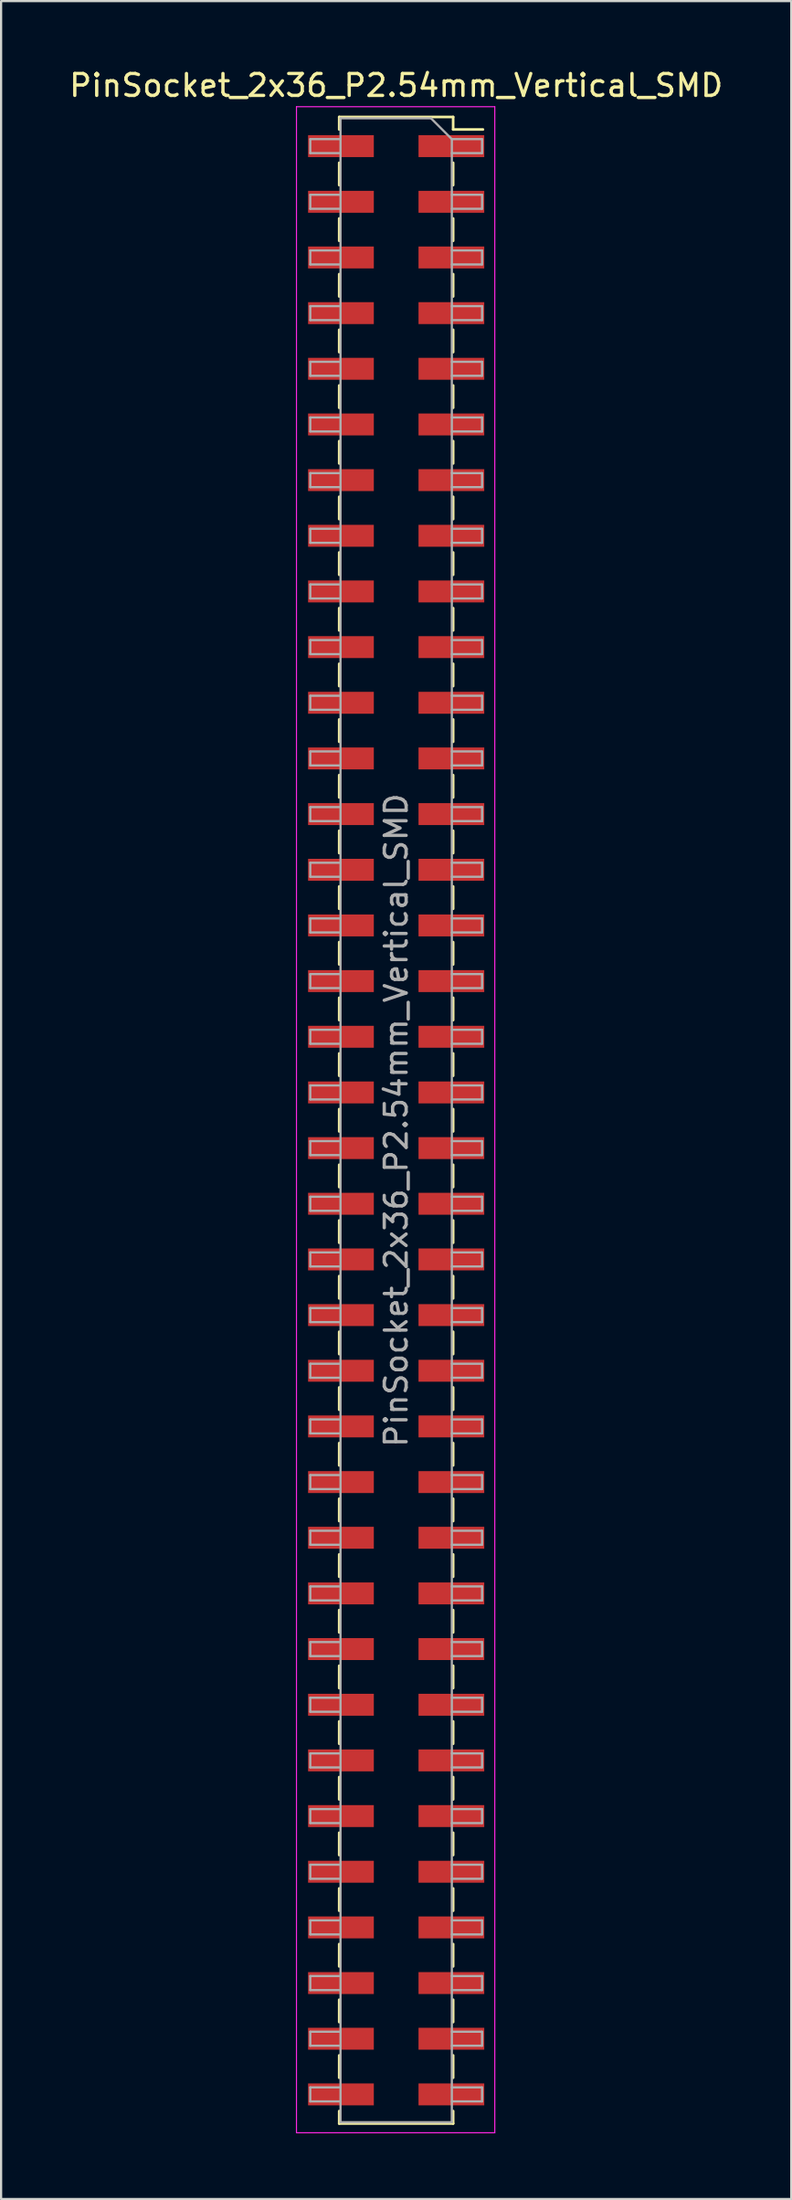
<source format=kicad_pcb>
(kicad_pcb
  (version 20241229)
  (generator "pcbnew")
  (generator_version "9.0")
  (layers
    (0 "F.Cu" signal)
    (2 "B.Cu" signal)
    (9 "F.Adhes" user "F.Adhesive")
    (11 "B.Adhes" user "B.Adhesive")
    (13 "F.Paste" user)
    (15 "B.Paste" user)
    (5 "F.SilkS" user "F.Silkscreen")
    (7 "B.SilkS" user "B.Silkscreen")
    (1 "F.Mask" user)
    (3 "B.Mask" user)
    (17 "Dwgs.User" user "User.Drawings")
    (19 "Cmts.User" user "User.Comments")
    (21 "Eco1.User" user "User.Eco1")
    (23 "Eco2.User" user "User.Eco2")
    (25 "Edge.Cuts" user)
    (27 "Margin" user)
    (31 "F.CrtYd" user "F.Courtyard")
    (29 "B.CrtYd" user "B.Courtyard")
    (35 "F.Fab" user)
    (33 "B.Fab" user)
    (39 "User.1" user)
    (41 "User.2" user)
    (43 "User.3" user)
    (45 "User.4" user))
  (footprint "PinSocket_2x36_P2.54mm_Vertical_SMD"
    (layer "F.Cu")
    (at 15.03 48.068)
    (property "Reference" "PinSocket_2x36_P2.54mm_Vertical_SMD" (at 0 -47.22 0) (layer "F.SilkS") (effects (font (size 1 1) (thickness 0.15))))
    (attr smd)
    (fp_line (start -2.6 -45.78) (end -2.6 -45.21) (stroke (width 0.12) (type solid)) (layer "F.SilkS"))
    (fp_line (start -2.6 -45.78) (end 2.6 -45.78) (stroke (width 0.12) (type solid)) (layer "F.SilkS"))
    (fp_line (start -2.6 -43.69) (end -2.6 -42.67) (stroke (width 0.12) (type solid)) (layer "F.SilkS"))
    (fp_line (start -2.6 -41.15) (end -2.6 -40.13) (stroke (width 0.12) (type solid)) (layer "F.SilkS"))
    (fp_line (start -2.6 -38.61) (end -2.6 -37.59) (stroke (width 0.12) (type solid)) (layer "F.SilkS"))
    (fp_line (start -2.6 -36.07) (end -2.6 -35.05) (stroke (width 0.12) (type solid)) (layer "F.SilkS"))
    (fp_line (start -2.6 -33.53) (end -2.6 -32.51) (stroke (width 0.12) (type solid)) (layer "F.SilkS"))
    (fp_line (start -2.6 -30.99) (end -2.6 -29.97) (stroke (width 0.12) (type solid)) (layer "F.SilkS"))
    (fp_line (start -2.6 -28.45) (end -2.6 -27.43) (stroke (width 0.12) (type solid)) (layer "F.SilkS"))
    (fp_line (start -2.6 -25.91) (end -2.6 -24.89) (stroke (width 0.12) (type solid)) (layer "F.SilkS"))
    (fp_line (start -2.6 -23.37) (end -2.6 -22.35) (stroke (width 0.12) (type solid)) (layer "F.SilkS"))
    (fp_line (start -2.6 -20.83) (end -2.6 -19.81) (stroke (width 0.12) (type solid)) (layer "F.SilkS"))
    (fp_line (start -2.6 -18.29) (end -2.6 -17.27) (stroke (width 0.12) (type solid)) (layer "F.SilkS"))
    (fp_line (start -2.6 -15.75) (end -2.6 -14.73) (stroke (width 0.12) (type solid)) (layer "F.SilkS"))
    (fp_line (start -2.6 -13.21) (end -2.6 -12.19) (stroke (width 0.12) (type solid)) (layer "F.SilkS"))
    (fp_line (start -2.6 -10.67) (end -2.6 -9.65) (stroke (width 0.12) (type solid)) (layer "F.SilkS"))
    (fp_line (start -2.6 -8.13) (end -2.6 -7.11) (stroke (width 0.12) (type solid)) (layer "F.SilkS"))
    (fp_line (start -2.6 -5.59) (end -2.6 -4.57) (stroke (width 0.12) (type solid)) (layer "F.SilkS"))
    (fp_line (start -2.6 -3.05) (end -2.6 -2.03) (stroke (width 0.12) (type solid)) (layer "F.SilkS"))
    (fp_line (start -2.6 -0.51) (end -2.6 0.51) (stroke (width 0.12) (type solid)) (layer "F.SilkS"))
    (fp_line (start -2.6 2.03) (end -2.6 3.05) (stroke (width 0.12) (type solid)) (layer "F.SilkS"))
    (fp_line (start -2.6 4.57) (end -2.6 5.59) (stroke (width 0.12) (type solid)) (layer "F.SilkS"))
    (fp_line (start -2.6 7.11) (end -2.6 8.13) (stroke (width 0.12) (type solid)) (layer "F.SilkS"))
    (fp_line (start -2.6 9.65) (end -2.6 10.67) (stroke (width 0.12) (type solid)) (layer "F.SilkS"))
    (fp_line (start -2.6 12.19) (end -2.6 13.21) (stroke (width 0.12) (type solid)) (layer "F.SilkS"))
    (fp_line (start -2.6 14.73) (end -2.6 15.75) (stroke (width 0.12) (type solid)) (layer "F.SilkS"))
    (fp_line (start -2.6 17.27) (end -2.6 18.29) (stroke (width 0.12) (type solid)) (layer "F.SilkS"))
    (fp_line (start -2.6 19.81) (end -2.6 20.83) (stroke (width 0.12) (type solid)) (layer "F.SilkS"))
    (fp_line (start -2.6 22.35) (end -2.6 23.37) (stroke (width 0.12) (type solid)) (layer "F.SilkS"))
    (fp_line (start -2.6 24.89) (end -2.6 25.91) (stroke (width 0.12) (type solid)) (layer "F.SilkS"))
    (fp_line (start -2.6 27.43) (end -2.6 28.45) (stroke (width 0.12) (type solid)) (layer "F.SilkS"))
    (fp_line (start -2.6 29.97) (end -2.6 30.99) (stroke (width 0.12) (type solid)) (layer "F.SilkS"))
    (fp_line (start -2.6 32.51) (end -2.6 33.53) (stroke (width 0.12) (type solid)) (layer "F.SilkS"))
    (fp_line (start -2.6 35.05) (end -2.6 36.07) (stroke (width 0.12) (type solid)) (layer "F.SilkS"))
    (fp_line (start -2.6 37.59) (end -2.6 38.61) (stroke (width 0.12) (type solid)) (layer "F.SilkS"))
    (fp_line (start -2.6 40.13) (end -2.6 41.15) (stroke (width 0.12) (type solid)) (layer "F.SilkS"))
    (fp_line (start -2.6 42.67) (end -2.6 43.69) (stroke (width 0.12) (type solid)) (layer "F.SilkS"))
    (fp_line (start -2.6 45.21) (end -2.6 45.78) (stroke (width 0.12) (type solid)) (layer "F.SilkS"))
    (fp_line (start -2.6 45.78) (end 2.6 45.78) (stroke (width 0.12) (type solid)) (layer "F.SilkS"))
    (fp_line (start 2.6 -45.78) (end 2.6 -45.21) (stroke (width 0.12) (type solid)) (layer "F.SilkS"))
    (fp_line (start 2.6 -45.21) (end 3.96 -45.21) (stroke (width 0.12) (type solid)) (layer "F.SilkS"))
    (fp_line (start 2.6 -43.69) (end 2.6 -42.67) (stroke (width 0.12) (type solid)) (layer "F.SilkS"))
    (fp_line (start 2.6 -41.15) (end 2.6 -40.13) (stroke (width 0.12) (type solid)) (layer "F.SilkS"))
    (fp_line (start 2.6 -38.61) (end 2.6 -37.59) (stroke (width 0.12) (type solid)) (layer "F.SilkS"))
    (fp_line (start 2.6 -36.07) (end 2.6 -35.05) (stroke (width 0.12) (type solid)) (layer "F.SilkS"))
    (fp_line (start 2.6 -33.53) (end 2.6 -32.51) (stroke (width 0.12) (type solid)) (layer "F.SilkS"))
    (fp_line (start 2.6 -30.99) (end 2.6 -29.97) (stroke (width 0.12) (type solid)) (layer "F.SilkS"))
    (fp_line (start 2.6 -28.45) (end 2.6 -27.43) (stroke (width 0.12) (type solid)) (layer "F.SilkS"))
    (fp_line (start 2.6 -25.91) (end 2.6 -24.89) (stroke (width 0.12) (type solid)) (layer "F.SilkS"))
    (fp_line (start 2.6 -23.37) (end 2.6 -22.35) (stroke (width 0.12) (type solid)) (layer "F.SilkS"))
    (fp_line (start 2.6 -20.83) (end 2.6 -19.81) (stroke (width 0.12) (type solid)) (layer "F.SilkS"))
    (fp_line (start 2.6 -18.29) (end 2.6 -17.27) (stroke (width 0.12) (type solid)) (layer "F.SilkS"))
    (fp_line (start 2.6 -15.75) (end 2.6 -14.73) (stroke (width 0.12) (type solid)) (layer "F.SilkS"))
    (fp_line (start 2.6 -13.21) (end 2.6 -12.19) (stroke (width 0.12) (type solid)) (layer "F.SilkS"))
    (fp_line (start 2.6 -10.67) (end 2.6 -9.65) (stroke (width 0.12) (type solid)) (layer "F.SilkS"))
    (fp_line (start 2.6 -8.13) (end 2.6 -7.11) (stroke (width 0.12) (type solid)) (layer "F.SilkS"))
    (fp_line (start 2.6 -5.59) (end 2.6 -4.57) (stroke (width 0.12) (type solid)) (layer "F.SilkS"))
    (fp_line (start 2.6 -3.05) (end 2.6 -2.03) (stroke (width 0.12) (type solid)) (layer "F.SilkS"))
    (fp_line (start 2.6 -0.51) (end 2.6 0.51) (stroke (width 0.12) (type solid)) (layer "F.SilkS"))
    (fp_line (start 2.6 2.03) (end 2.6 3.05) (stroke (width 0.12) (type solid)) (layer "F.SilkS"))
    (fp_line (start 2.6 4.57) (end 2.6 5.59) (stroke (width 0.12) (type solid)) (layer "F.SilkS"))
    (fp_line (start 2.6 7.11) (end 2.6 8.13) (stroke (width 0.12) (type solid)) (layer "F.SilkS"))
    (fp_line (start 2.6 9.65) (end 2.6 10.67) (stroke (width 0.12) (type solid)) (layer "F.SilkS"))
    (fp_line (start 2.6 12.19) (end 2.6 13.21) (stroke (width 0.12) (type solid)) (layer "F.SilkS"))
    (fp_line (start 2.6 14.73) (end 2.6 15.75) (stroke (width 0.12) (type solid)) (layer "F.SilkS"))
    (fp_line (start 2.6 17.27) (end 2.6 18.29) (stroke (width 0.12) (type solid)) (layer "F.SilkS"))
    (fp_line (start 2.6 19.81) (end 2.6 20.83) (stroke (width 0.12) (type solid)) (layer "F.SilkS"))
    (fp_line (start 2.6 22.35) (end 2.6 23.37) (stroke (width 0.12) (type solid)) (layer "F.SilkS"))
    (fp_line (start 2.6 24.89) (end 2.6 25.91) (stroke (width 0.12) (type solid)) (layer "F.SilkS"))
    (fp_line (start 2.6 27.43) (end 2.6 28.45) (stroke (width 0.12) (type solid)) (layer "F.SilkS"))
    (fp_line (start 2.6 29.97) (end 2.6 30.99) (stroke (width 0.12) (type solid)) (layer "F.SilkS"))
    (fp_line (start 2.6 32.51) (end 2.6 33.53) (stroke (width 0.12) (type solid)) (layer "F.SilkS"))
    (fp_line (start 2.6 35.05) (end 2.6 36.07) (stroke (width 0.12) (type solid)) (layer "F.SilkS"))
    (fp_line (start 2.6 37.59) (end 2.6 38.61) (stroke (width 0.12) (type solid)) (layer "F.SilkS"))
    (fp_line (start 2.6 40.13) (end 2.6 41.15) (stroke (width 0.12) (type solid)) (layer "F.SilkS"))
    (fp_line (start 2.6 42.67) (end 2.6 43.69) (stroke (width 0.12) (type solid)) (layer "F.SilkS"))
    (fp_line (start 2.6 45.21) (end 2.6 45.78) (stroke (width 0.12) (type solid)) (layer "F.SilkS"))
    (fp_line (start -4.55 -46.25) (end 4.5 -46.25) (stroke (width 0.05) (type solid)) (layer "F.CrtYd"))
    (fp_line (start -4.55 46.2) (end -4.55 -46.25) (stroke (width 0.05) (type solid)) (layer "F.CrtYd"))
    (fp_line (start 4.5 -46.25) (end 4.5 46.2) (stroke (width 0.05) (type solid)) (layer "F.CrtYd"))
    (fp_line (start 4.5 46.2) (end -4.55 46.2) (stroke (width 0.05) (type solid)) (layer "F.CrtYd"))
    (fp_line (start -3.92 -44.77) (end -2.54 -44.77) (stroke (width 0.1) (type solid)) (layer "F.Fab"))
    (fp_line (start -3.92 -44.13) (end -3.92 -44.77) (stroke (width 0.1) (type solid)) (layer "F.Fab"))
    (fp_line (start -3.92 -42.23) (end -2.54 -42.23) (stroke (width 0.1) (type solid)) (layer "F.Fab"))
    (fp_line (start -3.92 -41.59) (end -3.92 -42.23) (stroke (width 0.1) (type solid)) (layer "F.Fab"))
    (fp_line (start -3.92 -39.69) (end -2.54 -39.69) (stroke (width 0.1) (type solid)) (layer "F.Fab"))
    (fp_line (start -3.92 -39.05) (end -3.92 -39.69) (stroke (width 0.1) (type solid)) (layer "F.Fab"))
    (fp_line (start -3.92 -37.15) (end -2.54 -37.15) (stroke (width 0.1) (type solid)) (layer "F.Fab"))
    (fp_line (start -3.92 -36.51) (end -3.92 -37.15) (stroke (width 0.1) (type solid)) (layer "F.Fab"))
    (fp_line (start -3.92 -34.61) (end -2.54 -34.61) (stroke (width 0.1) (type solid)) (layer "F.Fab"))
    (fp_line (start -3.92 -33.97) (end -3.92 -34.61) (stroke (width 0.1) (type solid)) (layer "F.Fab"))
    (fp_line (start -3.92 -32.07) (end -2.54 -32.07) (stroke (width 0.1) (type solid)) (layer "F.Fab"))
    (fp_line (start -3.92 -31.43) (end -3.92 -32.07) (stroke (width 0.1) (type solid)) (layer "F.Fab"))
    (fp_line (start -3.92 -29.53) (end -2.54 -29.53) (stroke (width 0.1) (type solid)) (layer "F.Fab"))
    (fp_line (start -3.92 -28.89) (end -3.92 -29.53) (stroke (width 0.1) (type solid)) (layer "F.Fab"))
    (fp_line (start -3.92 -26.99) (end -2.54 -26.99) (stroke (width 0.1) (type solid)) (layer "F.Fab"))
    (fp_line (start -3.92 -26.35) (end -3.92 -26.99) (stroke (width 0.1) (type solid)) (layer "F.Fab"))
    (fp_line (start -3.92 -24.45) (end -2.54 -24.45) (stroke (width 0.1) (type solid)) (layer "F.Fab"))
    (fp_line (start -3.92 -23.81) (end -3.92 -24.45) (stroke (width 0.1) (type solid)) (layer "F.Fab"))
    (fp_line (start -3.92 -21.91) (end -2.54 -21.91) (stroke (width 0.1) (type solid)) (layer "F.Fab"))
    (fp_line (start -3.92 -21.27) (end -3.92 -21.91) (stroke (width 0.1) (type solid)) (layer "F.Fab"))
    (fp_line (start -3.92 -19.37) (end -2.54 -19.37) (stroke (width 0.1) (type solid)) (layer "F.Fab"))
    (fp_line (start -3.92 -18.73) (end -3.92 -19.37) (stroke (width 0.1) (type solid)) (layer "F.Fab"))
    (fp_line (start -3.92 -16.83) (end -2.54 -16.83) (stroke (width 0.1) (type solid)) (layer "F.Fab"))
    (fp_line (start -3.92 -16.19) (end -3.92 -16.83) (stroke (width 0.1) (type solid)) (layer "F.Fab"))
    (fp_line (start -3.92 -14.29) (end -2.54 -14.29) (stroke (width 0.1) (type solid)) (layer "F.Fab"))
    (fp_line (start -3.92 -13.65) (end -3.92 -14.29) (stroke (width 0.1) (type solid)) (layer "F.Fab"))
    (fp_line (start -3.92 -11.75) (end -2.54 -11.75) (stroke (width 0.1) (type solid)) (layer "F.Fab"))
    (fp_line (start -3.92 -11.11) (end -3.92 -11.75) (stroke (width 0.1) (type solid)) (layer "F.Fab"))
    (fp_line (start -3.92 -9.21) (end -2.54 -9.21) (stroke (width 0.1) (type solid)) (layer "F.Fab"))
    (fp_line (start -3.92 -8.57) (end -3.92 -9.21) (stroke (width 0.1) (type solid)) (layer "F.Fab"))
    (fp_line (start -3.92 -6.67) (end -2.54 -6.67) (stroke (width 0.1) (type solid)) (layer "F.Fab"))
    (fp_line (start -3.92 -6.03) (end -3.92 -6.67) (stroke (width 0.1) (type solid)) (layer "F.Fab"))
    (fp_line (start -3.92 -4.13) (end -2.54 -4.13) (stroke (width 0.1) (type solid)) (layer "F.Fab"))
    (fp_line (start -3.92 -3.49) (end -3.92 -4.13) (stroke (width 0.1) (type solid)) (layer "F.Fab"))
    (fp_line (start -3.92 -1.59) (end -2.54 -1.59) (stroke (width 0.1) (type solid)) (layer "F.Fab"))
    (fp_line (start -3.92 -0.95) (end -3.92 -1.59) (stroke (width 0.1) (type solid)) (layer "F.Fab"))
    (fp_line (start -3.92 0.95) (end -2.54 0.95) (stroke (width 0.1) (type solid)) (layer "F.Fab"))
    (fp_line (start -3.92 1.59) (end -3.92 0.95) (stroke (width 0.1) (type solid)) (layer "F.Fab"))
    (fp_line (start -3.92 3.49) (end -2.54 3.49) (stroke (width 0.1) (type solid)) (layer "F.Fab"))
    (fp_line (start -3.92 4.13) (end -3.92 3.49) (stroke (width 0.1) (type solid)) (layer "F.Fab"))
    (fp_line (start -3.92 6.03) (end -2.54 6.03) (stroke (width 0.1) (type solid)) (layer "F.Fab"))
    (fp_line (start -3.92 6.67) (end -3.92 6.03) (stroke (width 0.1) (type solid)) (layer "F.Fab"))
    (fp_line (start -3.92 8.57) (end -2.54 8.57) (stroke (width 0.1) (type solid)) (layer "F.Fab"))
    (fp_line (start -3.92 9.21) (end -3.92 8.57) (stroke (width 0.1) (type solid)) (layer "F.Fab"))
    (fp_line (start -3.92 11.11) (end -2.54 11.11) (stroke (width 0.1) (type solid)) (layer "F.Fab"))
    (fp_line (start -3.92 11.75) (end -3.92 11.11) (stroke (width 0.1) (type solid)) (layer "F.Fab"))
    (fp_line (start -3.92 13.65) (end -2.54 13.65) (stroke (width 0.1) (type solid)) (layer "F.Fab"))
    (fp_line (start -3.92 14.29) (end -3.92 13.65) (stroke (width 0.1) (type solid)) (layer "F.Fab"))
    (fp_line (start -3.92 16.19) (end -2.54 16.19) (stroke (width 0.1) (type solid)) (layer "F.Fab"))
    (fp_line (start -3.92 16.83) (end -3.92 16.19) (stroke (width 0.1) (type solid)) (layer "F.Fab"))
    (fp_line (start -3.92 18.73) (end -2.54 18.73) (stroke (width 0.1) (type solid)) (layer "F.Fab"))
    (fp_line (start -3.92 19.37) (end -3.92 18.73) (stroke (width 0.1) (type solid)) (layer "F.Fab"))
    (fp_line (start -3.92 21.27) (end -2.54 21.27) (stroke (width 0.1) (type solid)) (layer "F.Fab"))
    (fp_line (start -3.92 21.91) (end -3.92 21.27) (stroke (width 0.1) (type solid)) (layer "F.Fab"))
    (fp_line (start -3.92 23.81) (end -2.54 23.81) (stroke (width 0.1) (type solid)) (layer "F.Fab"))
    (fp_line (start -3.92 24.45) (end -3.92 23.81) (stroke (width 0.1) (type solid)) (layer "F.Fab"))
    (fp_line (start -3.92 26.35) (end -2.54 26.35) (stroke (width 0.1) (type solid)) (layer "F.Fab"))
    (fp_line (start -3.92 26.99) (end -3.92 26.35) (stroke (width 0.1) (type solid)) (layer "F.Fab"))
    (fp_line (start -3.92 28.89) (end -2.54 28.89) (stroke (width 0.1) (type solid)) (layer "F.Fab"))
    (fp_line (start -3.92 29.53) (end -3.92 28.89) (stroke (width 0.1) (type solid)) (layer "F.Fab"))
    (fp_line (start -3.92 31.43) (end -2.54 31.43) (stroke (width 0.1) (type solid)) (layer "F.Fab"))
    (fp_line (start -3.92 32.07) (end -3.92 31.43) (stroke (width 0.1) (type solid)) (layer "F.Fab"))
    (fp_line (start -3.92 33.97) (end -2.54 33.97) (stroke (width 0.1) (type solid)) (layer "F.Fab"))
    (fp_line (start -3.92 34.61) (end -3.92 33.97) (stroke (width 0.1) (type solid)) (layer "F.Fab"))
    (fp_line (start -3.92 36.51) (end -2.54 36.51) (stroke (width 0.1) (type solid)) (layer "F.Fab"))
    (fp_line (start -3.92 37.15) (end -3.92 36.51) (stroke (width 0.1) (type solid)) (layer "F.Fab"))
    (fp_line (start -3.92 39.05) (end -2.54 39.05) (stroke (width 0.1) (type solid)) (layer "F.Fab"))
    (fp_line (start -3.92 39.69) (end -3.92 39.05) (stroke (width 0.1) (type solid)) (layer "F.Fab"))
    (fp_line (start -3.92 41.59) (end -2.54 41.59) (stroke (width 0.1) (type solid)) (layer "F.Fab"))
    (fp_line (start -3.92 42.23) (end -3.92 41.59) (stroke (width 0.1) (type solid)) (layer "F.Fab"))
    (fp_line (start -3.92 44.13) (end -2.54 44.13) (stroke (width 0.1) (type solid)) (layer "F.Fab"))
    (fp_line (start -3.92 44.77) (end -3.92 44.13) (stroke (width 0.1) (type solid)) (layer "F.Fab"))
    (fp_line (start -2.54 -45.72) (end 1.59 -45.72) (stroke (width 0.1) (type solid)) (layer "F.Fab"))
    (fp_line (start -2.54 -44.13) (end -3.92 -44.13) (stroke (width 0.1) (type solid)) (layer "F.Fab"))
    (fp_line (start -2.54 -41.59) (end -3.92 -41.59) (stroke (width 0.1) (type solid)) (layer "F.Fab"))
    (fp_line (start -2.54 -39.05) (end -3.92 -39.05) (stroke (width 0.1) (type solid)) (layer "F.Fab"))
    (fp_line (start -2.54 -36.51) (end -3.92 -36.51) (stroke (width 0.1) (type solid)) (layer "F.Fab"))
    (fp_line (start -2.54 -33.97) (end -3.92 -33.97) (stroke (width 0.1) (type solid)) (layer "F.Fab"))
    (fp_line (start -2.54 -31.43) (end -3.92 -31.43) (stroke (width 0.1) (type solid)) (layer "F.Fab"))
    (fp_line (start -2.54 -28.89) (end -3.92 -28.89) (stroke (width 0.1) (type solid)) (layer "F.Fab"))
    (fp_line (start -2.54 -26.35) (end -3.92 -26.35) (stroke (width 0.1) (type solid)) (layer "F.Fab"))
    (fp_line (start -2.54 -23.81) (end -3.92 -23.81) (stroke (width 0.1) (type solid)) (layer "F.Fab"))
    (fp_line (start -2.54 -21.27) (end -3.92 -21.27) (stroke (width 0.1) (type solid)) (layer "F.Fab"))
    (fp_line (start -2.54 -18.73) (end -3.92 -18.73) (stroke (width 0.1) (type solid)) (layer "F.Fab"))
    (fp_line (start -2.54 -16.19) (end -3.92 -16.19) (stroke (width 0.1) (type solid)) (layer "F.Fab"))
    (fp_line (start -2.54 -13.65) (end -3.92 -13.65) (stroke (width 0.1) (type solid)) (layer "F.Fab"))
    (fp_line (start -2.54 -11.11) (end -3.92 -11.11) (stroke (width 0.1) (type solid)) (layer "F.Fab"))
    (fp_line (start -2.54 -8.57) (end -3.92 -8.57) (stroke (width 0.1) (type solid)) (layer "F.Fab"))
    (fp_line (start -2.54 -6.03) (end -3.92 -6.03) (stroke (width 0.1) (type solid)) (layer "F.Fab"))
    (fp_line (start -2.54 -3.49) (end -3.92 -3.49) (stroke (width 0.1) (type solid)) (layer "F.Fab"))
    (fp_line (start -2.54 -0.95) (end -3.92 -0.95) (stroke (width 0.1) (type solid)) (layer "F.Fab"))
    (fp_line (start -2.54 1.59) (end -3.92 1.59) (stroke (width 0.1) (type solid)) (layer "F.Fab"))
    (fp_line (start -2.54 4.13) (end -3.92 4.13) (stroke (width 0.1) (type solid)) (layer "F.Fab"))
    (fp_line (start -2.54 6.67) (end -3.92 6.67) (stroke (width 0.1) (type solid)) (layer "F.Fab"))
    (fp_line (start -2.54 9.21) (end -3.92 9.21) (stroke (width 0.1) (type solid)) (layer "F.Fab"))
    (fp_line (start -2.54 11.75) (end -3.92 11.75) (stroke (width 0.1) (type solid)) (layer "F.Fab"))
    (fp_line (start -2.54 14.29) (end -3.92 14.29) (stroke (width 0.1) (type solid)) (layer "F.Fab"))
    (fp_line (start -2.54 16.83) (end -3.92 16.83) (stroke (width 0.1) (type solid)) (layer "F.Fab"))
    (fp_line (start -2.54 19.37) (end -3.92 19.37) (stroke (width 0.1) (type solid)) (layer "F.Fab"))
    (fp_line (start -2.54 21.91) (end -3.92 21.91) (stroke (width 0.1) (type solid)) (layer "F.Fab"))
    (fp_line (start -2.54 24.45) (end -3.92 24.45) (stroke (width 0.1) (type solid)) (layer "F.Fab"))
    (fp_line (start -2.54 26.99) (end -3.92 26.99) (stroke (width 0.1) (type solid)) (layer "F.Fab"))
    (fp_line (start -2.54 29.53) (end -3.92 29.53) (stroke (width 0.1) (type solid)) (layer "F.Fab"))
    (fp_line (start -2.54 32.07) (end -3.92 32.07) (stroke (width 0.1) (type solid)) (layer "F.Fab"))
    (fp_line (start -2.54 34.61) (end -3.92 34.61) (stroke (width 0.1) (type solid)) (layer "F.Fab"))
    (fp_line (start -2.54 37.15) (end -3.92 37.15) (stroke (width 0.1) (type solid)) (layer "F.Fab"))
    (fp_line (start -2.54 39.69) (end -3.92 39.69) (stroke (width 0.1) (type solid)) (layer "F.Fab"))
    (fp_line (start -2.54 42.23) (end -3.92 42.23) (stroke (width 0.1) (type solid)) (layer "F.Fab"))
    (fp_line (start -2.54 44.77) (end -3.92 44.77) (stroke (width 0.1) (type solid)) (layer "F.Fab"))
    (fp_line (start -2.54 45.72) (end -2.54 -45.72) (stroke (width 0.1) (type solid)) (layer "F.Fab"))
    (fp_line (start 1.59 -45.72) (end 2.54 -44.77) (stroke (width 0.1) (type solid)) (layer "F.Fab"))
    (fp_line (start 2.54 -44.77) (end 2.54 45.72) (stroke (width 0.1) (type solid)) (layer "F.Fab"))
    (fp_line (start 2.54 -44.77) (end 3.92 -44.77) (stroke (width 0.1) (type solid)) (layer "F.Fab"))
    (fp_line (start 2.54 -42.23) (end 3.92 -42.23) (stroke (width 0.1) (type solid)) (layer "F.Fab"))
    (fp_line (start 2.54 -39.69) (end 3.92 -39.69) (stroke (width 0.1) (type solid)) (layer "F.Fab"))
    (fp_line (start 2.54 -37.15) (end 3.92 -37.15) (stroke (width 0.1) (type solid)) (layer "F.Fab"))
    (fp_line (start 2.54 -34.61) (end 3.92 -34.61) (stroke (width 0.1) (type solid)) (layer "F.Fab"))
    (fp_line (start 2.54 -32.07) (end 3.92 -32.07) (stroke (width 0.1) (type solid)) (layer "F.Fab"))
    (fp_line (start 2.54 -29.53) (end 3.92 -29.53) (stroke (width 0.1) (type solid)) (layer "F.Fab"))
    (fp_line (start 2.54 -26.99) (end 3.92 -26.99) (stroke (width 0.1) (type solid)) (layer "F.Fab"))
    (fp_line (start 2.54 -24.45) (end 3.92 -24.45) (stroke (width 0.1) (type solid)) (layer "F.Fab"))
    (fp_line (start 2.54 -21.91) (end 3.92 -21.91) (stroke (width 0.1) (type solid)) (layer "F.Fab"))
    (fp_line (start 2.54 -19.37) (end 3.92 -19.37) (stroke (width 0.1) (type solid)) (layer "F.Fab"))
    (fp_line (start 2.54 -16.83) (end 3.92 -16.83) (stroke (width 0.1) (type solid)) (layer "F.Fab"))
    (fp_line (start 2.54 -14.29) (end 3.92 -14.29) (stroke (width 0.1) (type solid)) (layer "F.Fab"))
    (fp_line (start 2.54 -11.75) (end 3.92 -11.75) (stroke (width 0.1) (type solid)) (layer "F.Fab"))
    (fp_line (start 2.54 -9.21) (end 3.92 -9.21) (stroke (width 0.1) (type solid)) (layer "F.Fab"))
    (fp_line (start 2.54 -6.67) (end 3.92 -6.67) (stroke (width 0.1) (type solid)) (layer "F.Fab"))
    (fp_line (start 2.54 -4.13) (end 3.92 -4.13) (stroke (width 0.1) (type solid)) (layer "F.Fab"))
    (fp_line (start 2.54 -1.59) (end 3.92 -1.59) (stroke (width 0.1) (type solid)) (layer "F.Fab"))
    (fp_line (start 2.54 0.95) (end 3.92 0.95) (stroke (width 0.1) (type solid)) (layer "F.Fab"))
    (fp_line (start 2.54 3.49) (end 3.92 3.49) (stroke (width 0.1) (type solid)) (layer "F.Fab"))
    (fp_line (start 2.54 6.03) (end 3.92 6.03) (stroke (width 0.1) (type solid)) (layer "F.Fab"))
    (fp_line (start 2.54 8.57) (end 3.92 8.57) (stroke (width 0.1) (type solid)) (layer "F.Fab"))
    (fp_line (start 2.54 11.11) (end 3.92 11.11) (stroke (width 0.1) (type solid)) (layer "F.Fab"))
    (fp_line (start 2.54 13.65) (end 3.92 13.65) (stroke (width 0.1) (type solid)) (layer "F.Fab"))
    (fp_line (start 2.54 16.19) (end 3.92 16.19) (stroke (width 0.1) (type solid)) (layer "F.Fab"))
    (fp_line (start 2.54 18.73) (end 3.92 18.73) (stroke (width 0.1) (type solid)) (layer "F.Fab"))
    (fp_line (start 2.54 21.27) (end 3.92 21.27) (stroke (width 0.1) (type solid)) (layer "F.Fab"))
    (fp_line (start 2.54 23.81) (end 3.92 23.81) (stroke (width 0.1) (type solid)) (layer "F.Fab"))
    (fp_line (start 2.54 26.35) (end 3.92 26.35) (stroke (width 0.1) (type solid)) (layer "F.Fab"))
    (fp_line (start 2.54 28.89) (end 3.92 28.89) (stroke (width 0.1) (type solid)) (layer "F.Fab"))
    (fp_line (start 2.54 31.43) (end 3.92 31.43) (stroke (width 0.1) (type solid)) (layer "F.Fab"))
    (fp_line (start 2.54 33.97) (end 3.92 33.97) (stroke (width 0.1) (type solid)) (layer "F.Fab"))
    (fp_line (start 2.54 36.51) (end 3.92 36.51) (stroke (width 0.1) (type solid)) (layer "F.Fab"))
    (fp_line (start 2.54 39.05) (end 3.92 39.05) (stroke (width 0.1) (type solid)) (layer "F.Fab"))
    (fp_line (start 2.54 41.59) (end 3.92 41.59) (stroke (width 0.1) (type solid)) (layer "F.Fab"))
    (fp_line (start 2.54 44.13) (end 3.92 44.13) (stroke (width 0.1) (type solid)) (layer "F.Fab"))
    (fp_line (start 2.54 45.72) (end -2.54 45.72) (stroke (width 0.1) (type solid)) (layer "F.Fab"))
    (fp_line (start 3.92 -44.77) (end 3.92 -44.13) (stroke (width 0.1) (type solid)) (layer "F.Fab"))
    (fp_line (start 3.92 -44.13) (end 2.54 -44.13) (stroke (width 0.1) (type solid)) (layer "F.Fab"))
    (fp_line (start 3.92 -42.23) (end 3.92 -41.59) (stroke (width 0.1) (type solid)) (layer "F.Fab"))
    (fp_line (start 3.92 -41.59) (end 2.54 -41.59) (stroke (width 0.1) (type solid)) (layer "F.Fab"))
    (fp_line (start 3.92 -39.69) (end 3.92 -39.05) (stroke (width 0.1) (type solid)) (layer "F.Fab"))
    (fp_line (start 3.92 -39.05) (end 2.54 -39.05) (stroke (width 0.1) (type solid)) (layer "F.Fab"))
    (fp_line (start 3.92 -37.15) (end 3.92 -36.51) (stroke (width 0.1) (type solid)) (layer "F.Fab"))
    (fp_line (start 3.92 -36.51) (end 2.54 -36.51) (stroke (width 0.1) (type solid)) (layer "F.Fab"))
    (fp_line (start 3.92 -34.61) (end 3.92 -33.97) (stroke (width 0.1) (type solid)) (layer "F.Fab"))
    (fp_line (start 3.92 -33.97) (end 2.54 -33.97) (stroke (width 0.1) (type solid)) (layer "F.Fab"))
    (fp_line (start 3.92 -32.07) (end 3.92 -31.43) (stroke (width 0.1) (type solid)) (layer "F.Fab"))
    (fp_line (start 3.92 -31.43) (end 2.54 -31.43) (stroke (width 0.1) (type solid)) (layer "F.Fab"))
    (fp_line (start 3.92 -29.53) (end 3.92 -28.89) (stroke (width 0.1) (type solid)) (layer "F.Fab"))
    (fp_line (start 3.92 -28.89) (end 2.54 -28.89) (stroke (width 0.1) (type solid)) (layer "F.Fab"))
    (fp_line (start 3.92 -26.99) (end 3.92 -26.35) (stroke (width 0.1) (type solid)) (layer "F.Fab"))
    (fp_line (start 3.92 -26.35) (end 2.54 -26.35) (stroke (width 0.1) (type solid)) (layer "F.Fab"))
    (fp_line (start 3.92 -24.45) (end 3.92 -23.81) (stroke (width 0.1) (type solid)) (layer "F.Fab"))
    (fp_line (start 3.92 -23.81) (end 2.54 -23.81) (stroke (width 0.1) (type solid)) (layer "F.Fab"))
    (fp_line (start 3.92 -21.91) (end 3.92 -21.27) (stroke (width 0.1) (type solid)) (layer "F.Fab"))
    (fp_line (start 3.92 -21.27) (end 2.54 -21.27) (stroke (width 0.1) (type solid)) (layer "F.Fab"))
    (fp_line (start 3.92 -19.37) (end 3.92 -18.73) (stroke (width 0.1) (type solid)) (layer "F.Fab"))
    (fp_line (start 3.92 -18.73) (end 2.54 -18.73) (stroke (width 0.1) (type solid)) (layer "F.Fab"))
    (fp_line (start 3.92 -16.83) (end 3.92 -16.19) (stroke (width 0.1) (type solid)) (layer "F.Fab"))
    (fp_line (start 3.92 -16.19) (end 2.54 -16.19) (stroke (width 0.1) (type solid)) (layer "F.Fab"))
    (fp_line (start 3.92 -14.29) (end 3.92 -13.65) (stroke (width 0.1) (type solid)) (layer "F.Fab"))
    (fp_line (start 3.92 -13.65) (end 2.54 -13.65) (stroke (width 0.1) (type solid)) (layer "F.Fab"))
    (fp_line (start 3.92 -11.75) (end 3.92 -11.11) (stroke (width 0.1) (type solid)) (layer "F.Fab"))
    (fp_line (start 3.92 -11.11) (end 2.54 -11.11) (stroke (width 0.1) (type solid)) (layer "F.Fab"))
    (fp_line (start 3.92 -9.21) (end 3.92 -8.57) (stroke (width 0.1) (type solid)) (layer "F.Fab"))
    (fp_line (start 3.92 -8.57) (end 2.54 -8.57) (stroke (width 0.1) (type solid)) (layer "F.Fab"))
    (fp_line (start 3.92 -6.67) (end 3.92 -6.03) (stroke (width 0.1) (type solid)) (layer "F.Fab"))
    (fp_line (start 3.92 -6.03) (end 2.54 -6.03) (stroke (width 0.1) (type solid)) (layer "F.Fab"))
    (fp_line (start 3.92 -4.13) (end 3.92 -3.49) (stroke (width 0.1) (type solid)) (layer "F.Fab"))
    (fp_line (start 3.92 -3.49) (end 2.54 -3.49) (stroke (width 0.1) (type solid)) (layer "F.Fab"))
    (fp_line (start 3.92 -1.59) (end 3.92 -0.95) (stroke (width 0.1) (type solid)) (layer "F.Fab"))
    (fp_line (start 3.92 -0.95) (end 2.54 -0.95) (stroke (width 0.1) (type solid)) (layer "F.Fab"))
    (fp_line (start 3.92 0.95) (end 3.92 1.59) (stroke (width 0.1) (type solid)) (layer "F.Fab"))
    (fp_line (start 3.92 1.59) (end 2.54 1.59) (stroke (width 0.1) (type solid)) (layer "F.Fab"))
    (fp_line (start 3.92 3.49) (end 3.92 4.13) (stroke (width 0.1) (type solid)) (layer "F.Fab"))
    (fp_line (start 3.92 4.13) (end 2.54 4.13) (stroke (width 0.1) (type solid)) (layer "F.Fab"))
    (fp_line (start 3.92 6.03) (end 3.92 6.67) (stroke (width 0.1) (type solid)) (layer "F.Fab"))
    (fp_line (start 3.92 6.67) (end 2.54 6.67) (stroke (width 0.1) (type solid)) (layer "F.Fab"))
    (fp_line (start 3.92 8.57) (end 3.92 9.21) (stroke (width 0.1) (type solid)) (layer "F.Fab"))
    (fp_line (start 3.92 9.21) (end 2.54 9.21) (stroke (width 0.1) (type solid)) (layer "F.Fab"))
    (fp_line (start 3.92 11.11) (end 3.92 11.75) (stroke (width 0.1) (type solid)) (layer "F.Fab"))
    (fp_line (start 3.92 11.75) (end 2.54 11.75) (stroke (width 0.1) (type solid)) (layer "F.Fab"))
    (fp_line (start 3.92 13.65) (end 3.92 14.29) (stroke (width 0.1) (type solid)) (layer "F.Fab"))
    (fp_line (start 3.92 14.29) (end 2.54 14.29) (stroke (width 0.1) (type solid)) (layer "F.Fab"))
    (fp_line (start 3.92 16.19) (end 3.92 16.83) (stroke (width 0.1) (type solid)) (layer "F.Fab"))
    (fp_line (start 3.92 16.83) (end 2.54 16.83) (stroke (width 0.1) (type solid)) (layer "F.Fab"))
    (fp_line (start 3.92 18.73) (end 3.92 19.37) (stroke (width 0.1) (type solid)) (layer "F.Fab"))
    (fp_line (start 3.92 19.37) (end 2.54 19.37) (stroke (width 0.1) (type solid)) (layer "F.Fab"))
    (fp_line (start 3.92 21.27) (end 3.92 21.91) (stroke (width 0.1) (type solid)) (layer "F.Fab"))
    (fp_line (start 3.92 21.91) (end 2.54 21.91) (stroke (width 0.1) (type solid)) (layer "F.Fab"))
    (fp_line (start 3.92 23.81) (end 3.92 24.45) (stroke (width 0.1) (type solid)) (layer "F.Fab"))
    (fp_line (start 3.92 24.45) (end 2.54 24.45) (stroke (width 0.1) (type solid)) (layer "F.Fab"))
    (fp_line (start 3.92 26.35) (end 3.92 26.99) (stroke (width 0.1) (type solid)) (layer "F.Fab"))
    (fp_line (start 3.92 26.99) (end 2.54 26.99) (stroke (width 0.1) (type solid)) (layer "F.Fab"))
    (fp_line (start 3.92 28.89) (end 3.92 29.53) (stroke (width 0.1) (type solid)) (layer "F.Fab"))
    (fp_line (start 3.92 29.53) (end 2.54 29.53) (stroke (width 0.1) (type solid)) (layer "F.Fab"))
    (fp_line (start 3.92 31.43) (end 3.92 32.07) (stroke (width 0.1) (type solid)) (layer "F.Fab"))
    (fp_line (start 3.92 32.07) (end 2.54 32.07) (stroke (width 0.1) (type solid)) (layer "F.Fab"))
    (fp_line (start 3.92 33.97) (end 3.92 34.61) (stroke (width 0.1) (type solid)) (layer "F.Fab"))
    (fp_line (start 3.92 34.61) (end 2.54 34.61) (stroke (width 0.1) (type solid)) (layer "F.Fab"))
    (fp_line (start 3.92 36.51) (end 3.92 37.15) (stroke (width 0.1) (type solid)) (layer "F.Fab"))
    (fp_line (start 3.92 37.15) (end 2.54 37.15) (stroke (width 0.1) (type solid)) (layer "F.Fab"))
    (fp_line (start 3.92 39.05) (end 3.92 39.69) (stroke (width 0.1) (type solid)) (layer "F.Fab"))
    (fp_line (start 3.92 39.69) (end 2.54 39.69) (stroke (width 0.1) (type solid)) (layer "F.Fab"))
    (fp_line (start 3.92 41.59) (end 3.92 42.23) (stroke (width 0.1) (type solid)) (layer "F.Fab"))
    (fp_line (start 3.92 42.23) (end 2.54 42.23) (stroke (width 0.1) (type solid)) (layer "F.Fab"))
    (fp_line (start 3.92 44.13) (end 3.92 44.77) (stroke (width 0.1) (type solid)) (layer "F.Fab"))
    (fp_line (start 3.92 44.77) (end 2.54 44.77) (stroke (width 0.1) (type solid)) (layer "F.Fab"))
    (fp_text user "${REFERENCE}" (at 0 0 90) (layer "F.Fab") (effects (font (size 1 1) (thickness 0.15))))
    (pad "1" smd rect (at 2.52 -44.45) (size 3 1) (layers "F.Cu" "F.Mask" "F.Paste"))
    (pad "2" smd rect (at -2.52 -44.45) (size 3 1) (layers "F.Cu" "F.Mask" "F.Paste"))
    (pad "3" smd rect (at 2.52 -41.91) (size 3 1) (layers "F.Cu" "F.Mask" "F.Paste"))
    (pad "4" smd rect (at -2.52 -41.91) (size 3 1) (layers "F.Cu" "F.Mask" "F.Paste"))
    (pad "5" smd rect (at 2.52 -39.37) (size 3 1) (layers "F.Cu" "F.Mask" "F.Paste"))
    (pad "6" smd rect (at -2.52 -39.37) (size 3 1) (layers "F.Cu" "F.Mask" "F.Paste"))
    (pad "7" smd rect (at 2.52 -36.83) (size 3 1) (layers "F.Cu" "F.Mask" "F.Paste"))
    (pad "8" smd rect (at -2.52 -36.83) (size 3 1) (layers "F.Cu" "F.Mask" "F.Paste"))
    (pad "9" smd rect (at 2.52 -34.29) (size 3 1) (layers "F.Cu" "F.Mask" "F.Paste"))
    (pad "10" smd rect (at -2.52 -34.29) (size 3 1) (layers "F.Cu" "F.Mask" "F.Paste"))
    (pad "11" smd rect (at 2.52 -31.75) (size 3 1) (layers "F.Cu" "F.Mask" "F.Paste"))
    (pad "12" smd rect (at -2.52 -31.75) (size 3 1) (layers "F.Cu" "F.Mask" "F.Paste"))
    (pad "13" smd rect (at 2.52 -29.21) (size 3 1) (layers "F.Cu" "F.Mask" "F.Paste"))
    (pad "14" smd rect (at -2.52 -29.21) (size 3 1) (layers "F.Cu" "F.Mask" "F.Paste"))
    (pad "15" smd rect (at 2.52 -26.67) (size 3 1) (layers "F.Cu" "F.Mask" "F.Paste"))
    (pad "16" smd rect (at -2.52 -26.67) (size 3 1) (layers "F.Cu" "F.Mask" "F.Paste"))
    (pad "17" smd rect (at 2.52 -24.13) (size 3 1) (layers "F.Cu" "F.Mask" "F.Paste"))
    (pad "18" smd rect (at -2.52 -24.13) (size 3 1) (layers "F.Cu" "F.Mask" "F.Paste"))
    (pad "19" smd rect (at 2.52 -21.59) (size 3 1) (layers "F.Cu" "F.Mask" "F.Paste"))
    (pad "20" smd rect (at -2.52 -21.59) (size 3 1) (layers "F.Cu" "F.Mask" "F.Paste"))
    (pad "21" smd rect (at 2.52 -19.05) (size 3 1) (layers "F.Cu" "F.Mask" "F.Paste"))
    (pad "22" smd rect (at -2.52 -19.05) (size 3 1) (layers "F.Cu" "F.Mask" "F.Paste"))
    (pad "23" smd rect (at 2.52 -16.51) (size 3 1) (layers "F.Cu" "F.Mask" "F.Paste"))
    (pad "24" smd rect (at -2.52 -16.51) (size 3 1) (layers "F.Cu" "F.Mask" "F.Paste"))
    (pad "25" smd rect (at 2.52 -13.97) (size 3 1) (layers "F.Cu" "F.Mask" "F.Paste"))
    (pad "26" smd rect (at -2.52 -13.97) (size 3 1) (layers "F.Cu" "F.Mask" "F.Paste"))
    (pad "27" smd rect (at 2.52 -11.43) (size 3 1) (layers "F.Cu" "F.Mask" "F.Paste"))
    (pad "28" smd rect (at -2.52 -11.43) (size 3 1) (layers "F.Cu" "F.Mask" "F.Paste"))
    (pad "29" smd rect (at 2.52 -8.89) (size 3 1) (layers "F.Cu" "F.Mask" "F.Paste"))
    (pad "30" smd rect (at -2.52 -8.89) (size 3 1) (layers "F.Cu" "F.Mask" "F.Paste"))
    (pad "31" smd rect (at 2.52 -6.35) (size 3 1) (layers "F.Cu" "F.Mask" "F.Paste"))
    (pad "32" smd rect (at -2.52 -6.35) (size 3 1) (layers "F.Cu" "F.Mask" "F.Paste"))
    (pad "33" smd rect (at 2.52 -3.81) (size 3 1) (layers "F.Cu" "F.Mask" "F.Paste"))
    (pad "34" smd rect (at -2.52 -3.81) (size 3 1) (layers "F.Cu" "F.Mask" "F.Paste"))
    (pad "35" smd rect (at 2.52 -1.27) (size 3 1) (layers "F.Cu" "F.Mask" "F.Paste"))
    (pad "36" smd rect (at -2.52 -1.27) (size 3 1) (layers "F.Cu" "F.Mask" "F.Paste"))
    (pad "37" smd rect (at 2.52 1.27) (size 3 1) (layers "F.Cu" "F.Mask" "F.Paste"))
    (pad "38" smd rect (at -2.52 1.27) (size 3 1) (layers "F.Cu" "F.Mask" "F.Paste"))
    (pad "39" smd rect (at 2.52 3.81) (size 3 1) (layers "F.Cu" "F.Mask" "F.Paste"))
    (pad "40" smd rect (at -2.52 3.81) (size 3 1) (layers "F.Cu" "F.Mask" "F.Paste"))
    (pad "41" smd rect (at 2.52 6.35) (size 3 1) (layers "F.Cu" "F.Mask" "F.Paste"))
    (pad "42" smd rect (at -2.52 6.35) (size 3 1) (layers "F.Cu" "F.Mask" "F.Paste"))
    (pad "43" smd rect (at 2.52 8.89) (size 3 1) (layers "F.Cu" "F.Mask" "F.Paste"))
    (pad "44" smd rect (at -2.52 8.89) (size 3 1) (layers "F.Cu" "F.Mask" "F.Paste"))
    (pad "45" smd rect (at 2.52 11.43) (size 3 1) (layers "F.Cu" "F.Mask" "F.Paste"))
    (pad "46" smd rect (at -2.52 11.43) (size 3 1) (layers "F.Cu" "F.Mask" "F.Paste"))
    (pad "47" smd rect (at 2.52 13.97) (size 3 1) (layers "F.Cu" "F.Mask" "F.Paste"))
    (pad "48" smd rect (at -2.52 13.97) (size 3 1) (layers "F.Cu" "F.Mask" "F.Paste"))
    (pad "49" smd rect (at 2.52 16.51) (size 3 1) (layers "F.Cu" "F.Mask" "F.Paste"))
    (pad "50" smd rect (at -2.52 16.51) (size 3 1) (layers "F.Cu" "F.Mask" "F.Paste"))
    (pad "51" smd rect (at 2.52 19.05) (size 3 1) (layers "F.Cu" "F.Mask" "F.Paste"))
    (pad "52" smd rect (at -2.52 19.05) (size 3 1) (layers "F.Cu" "F.Mask" "F.Paste"))
    (pad "53" smd rect (at 2.52 21.59) (size 3 1) (layers "F.Cu" "F.Mask" "F.Paste"))
    (pad "54" smd rect (at -2.52 21.59) (size 3 1) (layers "F.Cu" "F.Mask" "F.Paste"))
    (pad "55" smd rect (at 2.52 24.13) (size 3 1) (layers "F.Cu" "F.Mask" "F.Paste"))
    (pad "56" smd rect (at -2.52 24.13) (size 3 1) (layers "F.Cu" "F.Mask" "F.Paste"))
    (pad "57" smd rect (at 2.52 26.67) (size 3 1) (layers "F.Cu" "F.Mask" "F.Paste"))
    (pad "58" smd rect (at -2.52 26.67) (size 3 1) (layers "F.Cu" "F.Mask" "F.Paste"))
    (pad "59" smd rect (at 2.52 29.21) (size 3 1) (layers "F.Cu" "F.Mask" "F.Paste"))
    (pad "60" smd rect (at -2.52 29.21) (size 3 1) (layers "F.Cu" "F.Mask" "F.Paste"))
    (pad "61" smd rect (at 2.52 31.75) (size 3 1) (layers "F.Cu" "F.Mask" "F.Paste"))
    (pad "62" smd rect (at -2.52 31.75) (size 3 1) (layers "F.Cu" "F.Mask" "F.Paste"))
    (pad "63" smd rect (at 2.52 34.29) (size 3 1) (layers "F.Cu" "F.Mask" "F.Paste"))
    (pad "64" smd rect (at -2.52 34.29) (size 3 1) (layers "F.Cu" "F.Mask" "F.Paste"))
    (pad "65" smd rect (at 2.52 36.83) (size 3 1) (layers "F.Cu" "F.Mask" "F.Paste"))
    (pad "66" smd rect (at -2.52 36.83) (size 3 1) (layers "F.Cu" "F.Mask" "F.Paste"))
    (pad "67" smd rect (at 2.52 39.37) (size 3 1) (layers "F.Cu" "F.Mask" "F.Paste"))
    (pad "68" smd rect (at -2.52 39.37) (size 3 1) (layers "F.Cu" "F.Mask" "F.Paste"))
    (pad "69" smd rect (at 2.52 41.91) (size 3 1) (layers "F.Cu" "F.Mask" "F.Paste"))
    (pad "70" smd rect (at -2.52 41.91) (size 3 1) (layers "F.Cu" "F.Mask" "F.Paste"))
    (pad "71" smd rect (at 2.52 44.45) (size 3 1) (layers "F.Cu" "F.Mask" "F.Paste"))
    (pad "72" smd rect (at -2.52 44.45) (size 3 1) (layers "F.Cu" "F.Mask" "F.Paste")))
  (gr_rect
    (start -3 -3)
    (end 33.06 97.293)
    (stroke (width 0.1) (type default))
    (fill no)
    (layer "Edge.Cuts")))
</source>
